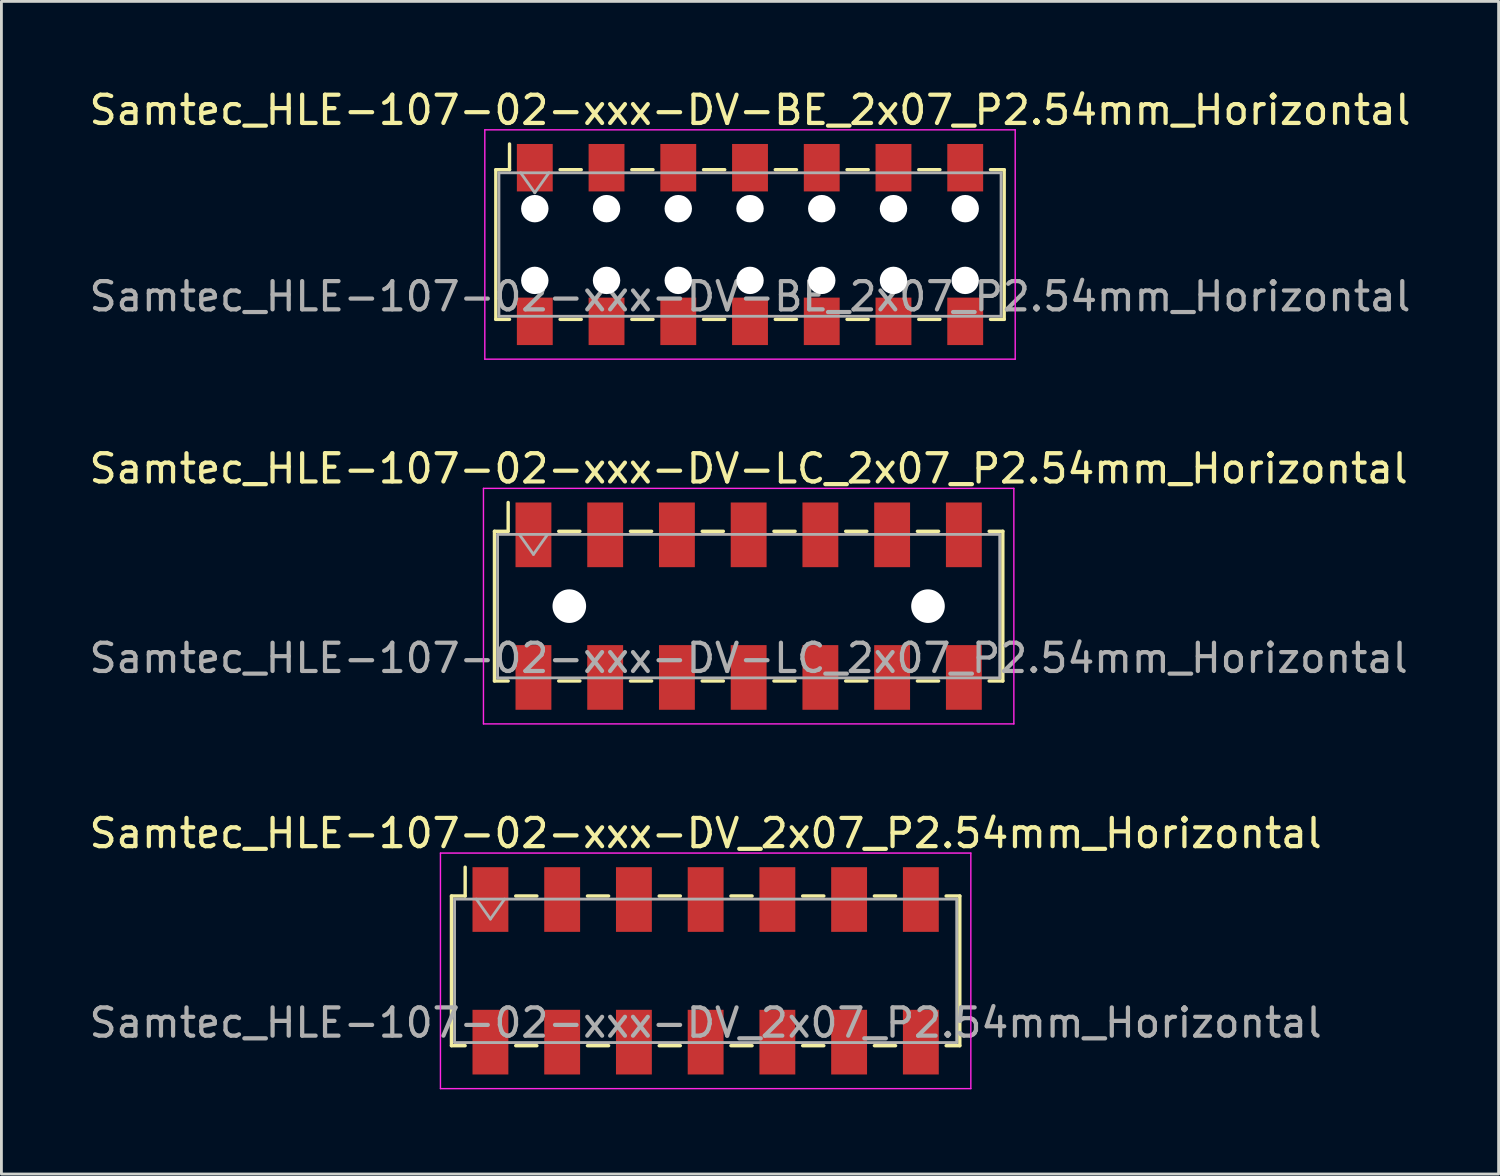
<source format=kicad_pcb>
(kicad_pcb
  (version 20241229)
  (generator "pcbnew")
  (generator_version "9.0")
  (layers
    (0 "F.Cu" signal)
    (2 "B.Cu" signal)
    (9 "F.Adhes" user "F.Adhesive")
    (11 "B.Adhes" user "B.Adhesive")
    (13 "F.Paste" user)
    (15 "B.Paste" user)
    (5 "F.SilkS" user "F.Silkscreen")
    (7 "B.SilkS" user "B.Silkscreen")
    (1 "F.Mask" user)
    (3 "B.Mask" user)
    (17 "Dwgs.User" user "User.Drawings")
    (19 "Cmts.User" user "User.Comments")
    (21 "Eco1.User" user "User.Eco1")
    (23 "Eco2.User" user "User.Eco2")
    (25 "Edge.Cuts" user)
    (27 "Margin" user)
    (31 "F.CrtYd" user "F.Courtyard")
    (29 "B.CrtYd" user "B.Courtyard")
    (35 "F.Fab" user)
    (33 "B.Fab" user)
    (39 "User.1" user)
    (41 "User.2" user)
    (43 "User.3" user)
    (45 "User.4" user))
  (footprint "Samtec_HLE-107-02-xxx-DV-LC_2x07_P2.54mm_Horizontal"
    (layer "F.Cu")
    (at 23.458 18.412)
    (property "Reference" "Samtec_HLE-107-02-xxx-DV-LC_2x07_P2.54mm_Horizontal" (at 0 -4.87 0) (layer "F.SilkS") (effects (font (size 1 1) (thickness 0.15))))
    (attr smd)
    (fp_line (start -9 -2.65) (end -9 2.65) (stroke (width 0.12) (type solid)) (layer "F.SilkS"))
    (fp_line (start -9 2.65) (end -8.515 2.65) (stroke (width 0.12) (type solid)) (layer "F.SilkS"))
    (fp_line (start -8.515 -3.67) (end -8.515 -2.65) (stroke (width 0.12) (type solid)) (layer "F.SilkS"))
    (fp_line (start -8.515 -2.65) (end -9 -2.65) (stroke (width 0.12) (type solid)) (layer "F.SilkS"))
    (fp_line (start -6.725 -2.65) (end -5.975 -2.65) (stroke (width 0.12) (type solid)) (layer "F.SilkS"))
    (fp_line (start -6.725 2.65) (end -5.975 2.65) (stroke (width 0.12) (type solid)) (layer "F.SilkS"))
    (fp_line (start -4.185 -2.65) (end -3.435 -2.65) (stroke (width 0.12) (type solid)) (layer "F.SilkS"))
    (fp_line (start -4.185 2.65) (end -3.435 2.65) (stroke (width 0.12) (type solid)) (layer "F.SilkS"))
    (fp_line (start -1.645 -2.65) (end -0.895 -2.65) (stroke (width 0.12) (type solid)) (layer "F.SilkS"))
    (fp_line (start -1.645 2.65) (end -0.895 2.65) (stroke (width 0.12) (type solid)) (layer "F.SilkS"))
    (fp_line (start 0.895 -2.65) (end 1.645 -2.65) (stroke (width 0.12) (type solid)) (layer "F.SilkS"))
    (fp_line (start 0.895 2.65) (end 1.645 2.65) (stroke (width 0.12) (type solid)) (layer "F.SilkS"))
    (fp_line (start 3.435 -2.65) (end 4.185 -2.65) (stroke (width 0.12) (type solid)) (layer "F.SilkS"))
    (fp_line (start 3.435 2.65) (end 4.185 2.65) (stroke (width 0.12) (type solid)) (layer "F.SilkS"))
    (fp_line (start 5.975 -2.65) (end 6.725 -2.65) (stroke (width 0.12) (type solid)) (layer "F.SilkS"))
    (fp_line (start 5.975 2.65) (end 6.725 2.65) (stroke (width 0.12) (type solid)) (layer "F.SilkS"))
    (fp_line (start 8.515 -2.65) (end 9 -2.65) (stroke (width 0.12) (type solid)) (layer "F.SilkS"))
    (fp_line (start 9 -2.65) (end 9 2.65) (stroke (width 0.12) (type solid)) (layer "F.SilkS"))
    (fp_line (start 9 2.65) (end 8.515 2.65) (stroke (width 0.12) (type solid)) (layer "F.SilkS"))
    (fp_line (start -9.39 -4.17) (end 9.39 -4.17) (stroke (width 0.05) (type solid)) (layer "F.CrtYd"))
    (fp_line (start -9.39 4.17) (end -9.39 -4.17) (stroke (width 0.05) (type solid)) (layer "F.CrtYd"))
    (fp_line (start 9.39 -4.17) (end 9.39 4.17) (stroke (width 0.05) (type solid)) (layer "F.CrtYd"))
    (fp_line (start 9.39 4.17) (end -9.39 4.17) (stroke (width 0.05) (type solid)) (layer "F.CrtYd"))
    (fp_line (start -8.89 -2.54) (end 8.89 -2.54) (stroke (width 0.1) (type solid)) (layer "F.Fab"))
    (fp_line (start -8.89 2.54) (end -8.89 -2.54) (stroke (width 0.1) (type solid)) (layer "F.Fab"))
    (fp_line (start -8.12 -2.54) (end -7.62 -1.833) (stroke (width 0.1) (type solid)) (layer "F.Fab"))
    (fp_line (start -7.62 -1.833) (end -7.12 -2.54) (stroke (width 0.1) (type solid)) (layer "F.Fab"))
    (fp_line (start 8.89 -2.54) (end 8.89 2.54) (stroke (width 0.1) (type solid)) (layer "F.Fab"))
    (fp_line (start 8.89 2.54) (end -8.89 2.54) (stroke (width 0.1) (type solid)) (layer "F.Fab"))
    (fp_text user "${REFERENCE}" (at 0 1.84 0) (layer "F.Fab") (effects (font (size 1 1) (thickness 0.15))))
    (pad "" np_thru_hole circle (at -6.35 0) (size 1.19 1.19) (drill 1.19) (layers "*.Cu" "*.Mask"))
    (pad "" np_thru_hole circle (at 6.35 0) (size 1.19 1.19) (drill 1.19) (layers "*.Cu" "*.Mask"))
    (pad "1" smd rect (at -7.62 -2.525) (size 1.27 2.29) (layers "F.Cu" "F.Mask" "F.Paste"))
    (pad "2" smd rect (at -7.62 2.525) (size 1.27 2.29) (layers "F.Cu" "F.Mask" "F.Paste"))
    (pad "3" smd rect (at -5.08 -2.525) (size 1.27 2.29) (layers "F.Cu" "F.Mask" "F.Paste"))
    (pad "4" smd rect (at -5.08 2.525) (size 1.27 2.29) (layers "F.Cu" "F.Mask" "F.Paste"))
    (pad "5" smd rect (at -2.54 -2.525) (size 1.27 2.29) (layers "F.Cu" "F.Mask" "F.Paste"))
    (pad "6" smd rect (at -2.54 2.525) (size 1.27 2.29) (layers "F.Cu" "F.Mask" "F.Paste"))
    (pad "7" smd rect (at 0 -2.525) (size 1.27 2.29) (layers "F.Cu" "F.Mask" "F.Paste"))
    (pad "8" smd rect (at 0 2.525) (size 1.27 2.29) (layers "F.Cu" "F.Mask" "F.Paste"))
    (pad "9" smd rect (at 2.54 -2.525) (size 1.27 2.29) (layers "F.Cu" "F.Mask" "F.Paste"))
    (pad "10" smd rect (at 2.54 2.525) (size 1.27 2.29) (layers "F.Cu" "F.Mask" "F.Paste"))
    (pad "11" smd rect (at 5.08 -2.525) (size 1.27 2.29) (layers "F.Cu" "F.Mask" "F.Paste"))
    (pad "12" smd rect (at 5.08 2.525) (size 1.27 2.29) (layers "F.Cu" "F.Mask" "F.Paste"))
    (pad "13" smd rect (at 7.62 -2.525) (size 1.27 2.29) (layers "F.Cu" "F.Mask" "F.Paste"))
    (pad "14" smd rect (at 7.62 2.525) (size 1.27 2.29) (layers "F.Cu" "F.Mask" "F.Paste")))
  (footprint "Samtec_HLE-107-02-xxx-DV-BE_2x07_P2.54mm_Horizontal"
    (layer "F.Cu")
    (at 23.506 5.608)
    (property "Reference" "Samtec_HLE-107-02-xxx-DV-BE_2x07_P2.54mm_Horizontal" (at 0 -4.76 0) (layer "F.SilkS") (effects (font (size 1 1) (thickness 0.15))))
    (attr smd)
    (fp_line (start -9 -2.65) (end -9 2.65) (stroke (width 0.12) (type solid)) (layer "F.SilkS"))
    (fp_line (start -9 2.65) (end -8.515 2.65) (stroke (width 0.12) (type solid)) (layer "F.SilkS"))
    (fp_line (start -8.515 -3.56) (end -8.515 -2.65) (stroke (width 0.12) (type solid)) (layer "F.SilkS"))
    (fp_line (start -8.515 -2.65) (end -9 -2.65) (stroke (width 0.12) (type solid)) (layer "F.SilkS"))
    (fp_line (start -6.725 -2.65) (end -5.975 -2.65) (stroke (width 0.12) (type solid)) (layer "F.SilkS"))
    (fp_line (start -6.725 2.65) (end -5.975 2.65) (stroke (width 0.12) (type solid)) (layer "F.SilkS"))
    (fp_line (start -4.185 -2.65) (end -3.435 -2.65) (stroke (width 0.12) (type solid)) (layer "F.SilkS"))
    (fp_line (start -4.185 2.65) (end -3.435 2.65) (stroke (width 0.12) (type solid)) (layer "F.SilkS"))
    (fp_line (start -1.645 -2.65) (end -0.895 -2.65) (stroke (width 0.12) (type solid)) (layer "F.SilkS"))
    (fp_line (start -1.645 2.65) (end -0.895 2.65) (stroke (width 0.12) (type solid)) (layer "F.SilkS"))
    (fp_line (start 0.895 -2.65) (end 1.645 -2.65) (stroke (width 0.12) (type solid)) (layer "F.SilkS"))
    (fp_line (start 0.895 2.65) (end 1.645 2.65) (stroke (width 0.12) (type solid)) (layer "F.SilkS"))
    (fp_line (start 3.435 -2.65) (end 4.185 -2.65) (stroke (width 0.12) (type solid)) (layer "F.SilkS"))
    (fp_line (start 3.435 2.65) (end 4.185 2.65) (stroke (width 0.12) (type solid)) (layer "F.SilkS"))
    (fp_line (start 5.975 -2.65) (end 6.725 -2.65) (stroke (width 0.12) (type solid)) (layer "F.SilkS"))
    (fp_line (start 5.975 2.65) (end 6.725 2.65) (stroke (width 0.12) (type solid)) (layer "F.SilkS"))
    (fp_line (start 8.515 -2.65) (end 9 -2.65) (stroke (width 0.12) (type solid)) (layer "F.SilkS"))
    (fp_line (start 9 -2.65) (end 9 2.65) (stroke (width 0.12) (type solid)) (layer "F.SilkS"))
    (fp_line (start 9 2.65) (end 8.515 2.65) (stroke (width 0.12) (type solid)) (layer "F.SilkS"))
    (fp_line (start -9.39 -4.06) (end 9.39 -4.06) (stroke (width 0.05) (type solid)) (layer "F.CrtYd"))
    (fp_line (start -9.39 4.06) (end -9.39 -4.06) (stroke (width 0.05) (type solid)) (layer "F.CrtYd"))
    (fp_line (start 9.39 -4.06) (end 9.39 4.06) (stroke (width 0.05) (type solid)) (layer "F.CrtYd"))
    (fp_line (start 9.39 4.06) (end -9.39 4.06) (stroke (width 0.05) (type solid)) (layer "F.CrtYd"))
    (fp_line (start -8.89 -2.54) (end 8.89 -2.54) (stroke (width 0.1) (type solid)) (layer "F.Fab"))
    (fp_line (start -8.89 2.54) (end -8.89 -2.54) (stroke (width 0.1) (type solid)) (layer "F.Fab"))
    (fp_line (start -8.12 -2.54) (end -7.62 -1.833) (stroke (width 0.1) (type solid)) (layer "F.Fab"))
    (fp_line (start -7.62 -1.833) (end -7.12 -2.54) (stroke (width 0.1) (type solid)) (layer "F.Fab"))
    (fp_line (start 8.89 -2.54) (end 8.89 2.54) (stroke (width 0.1) (type solid)) (layer "F.Fab"))
    (fp_line (start 8.89 2.54) (end -8.89 2.54) (stroke (width 0.1) (type solid)) (layer "F.Fab"))
    (fp_text user "${REFERENCE}" (at 0 1.84 0) (layer "F.Fab") (effects (font (size 1 1) (thickness 0.15))))
    (pad "" np_thru_hole circle (at -7.62 -1.27) (size 0.97 0.97) (drill 0.97) (layers "*.Cu" "*.Mask"))
    (pad "" np_thru_hole circle (at -7.62 1.27) (size 0.97 0.97) (drill 0.97) (layers "*.Cu" "*.Mask"))
    (pad "" np_thru_hole circle (at -5.08 -1.27) (size 0.97 0.97) (drill 0.97) (layers "*.Cu" "*.Mask"))
    (pad "" np_thru_hole circle (at -5.08 1.27) (size 0.97 0.97) (drill 0.97) (layers "*.Cu" "*.Mask"))
    (pad "" np_thru_hole circle (at -2.54 -1.27) (size 0.97 0.97) (drill 0.97) (layers "*.Cu" "*.Mask"))
    (pad "" np_thru_hole circle (at -2.54 1.27) (size 0.97 0.97) (drill 0.97) (layers "*.Cu" "*.Mask"))
    (pad "" np_thru_hole circle (at 0 -1.27) (size 0.97 0.97) (drill 0.97) (layers "*.Cu" "*.Mask"))
    (pad "" np_thru_hole circle (at 0 1.27) (size 0.97 0.97) (drill 0.97) (layers "*.Cu" "*.Mask"))
    (pad "" np_thru_hole circle (at 2.54 -1.27) (size 0.97 0.97) (drill 0.97) (layers "*.Cu" "*.Mask"))
    (pad "" np_thru_hole circle (at 2.54 1.27) (size 0.97 0.97) (drill 0.97) (layers "*.Cu" "*.Mask"))
    (pad "" np_thru_hole circle (at 5.08 -1.27) (size 0.97 0.97) (drill 0.97) (layers "*.Cu" "*.Mask"))
    (pad "" np_thru_hole circle (at 5.08 1.27) (size 0.97 0.97) (drill 0.97) (layers "*.Cu" "*.Mask"))
    (pad "" np_thru_hole circle (at 7.62 -1.27) (size 0.97 0.97) (drill 0.97) (layers "*.Cu" "*.Mask"))
    (pad "" np_thru_hole circle (at 7.62 1.27) (size 0.97 0.97) (drill 0.97) (layers "*.Cu" "*.Mask"))
    (pad "1" smd rect (at -7.62 -2.72) (size 1.27 1.68) (layers "F.Cu" "F.Mask" "F.Paste"))
    (pad "2" smd rect (at -7.62 2.72) (size 1.27 1.68) (layers "F.Cu" "F.Mask" "F.Paste"))
    (pad "3" smd rect (at -5.08 -2.72) (size 1.27 1.68) (layers "F.Cu" "F.Mask" "F.Paste"))
    (pad "4" smd rect (at -5.08 2.72) (size 1.27 1.68) (layers "F.Cu" "F.Mask" "F.Paste"))
    (pad "5" smd rect (at -2.54 -2.72) (size 1.27 1.68) (layers "F.Cu" "F.Mask" "F.Paste"))
    (pad "6" smd rect (at -2.54 2.72) (size 1.27 1.68) (layers "F.Cu" "F.Mask" "F.Paste"))
    (pad "7" smd rect (at 0 -2.72) (size 1.27 1.68) (layers "F.Cu" "F.Mask" "F.Paste"))
    (pad "8" smd rect (at 0 2.72) (size 1.27 1.68) (layers "F.Cu" "F.Mask" "F.Paste"))
    (pad "9" smd rect (at 2.54 -2.72) (size 1.27 1.68) (layers "F.Cu" "F.Mask" "F.Paste"))
    (pad "10" smd rect (at 2.54 2.72) (size 1.27 1.68) (layers "F.Cu" "F.Mask" "F.Paste"))
    (pad "11" smd rect (at 5.08 -2.72) (size 1.27 1.68) (layers "F.Cu" "F.Mask" "F.Paste"))
    (pad "12" smd rect (at 5.08 2.72) (size 1.27 1.68) (layers "F.Cu" "F.Mask" "F.Paste"))
    (pad "13" smd rect (at 7.62 -2.72) (size 1.27 1.68) (layers "F.Cu" "F.Mask" "F.Paste"))
    (pad "14" smd rect (at 7.62 2.72) (size 1.27 1.68) (layers "F.Cu" "F.Mask" "F.Paste")))
  (footprint "Samtec_HLE-107-02-xxx-DV_2x07_P2.54mm_Horizontal"
    (layer "F.Cu")
    (at 21.935 31.325)
    (property "Reference" "Samtec_HLE-107-02-xxx-DV_2x07_P2.54mm_Horizontal" (at 0 -4.87 0) (layer "F.SilkS") (effects (font (size 1 1) (thickness 0.15))))
    (attr smd)
    (fp_line (start -9 -2.65) (end -9 2.65) (stroke (width 0.12) (type solid)) (layer "F.SilkS"))
    (fp_line (start -9 2.65) (end -8.515 2.65) (stroke (width 0.12) (type solid)) (layer "F.SilkS"))
    (fp_line (start -8.515 -3.67) (end -8.515 -2.65) (stroke (width 0.12) (type solid)) (layer "F.SilkS"))
    (fp_line (start -8.515 -2.65) (end -9 -2.65) (stroke (width 0.12) (type solid)) (layer "F.SilkS"))
    (fp_line (start -6.725 -2.65) (end -5.975 -2.65) (stroke (width 0.12) (type solid)) (layer "F.SilkS"))
    (fp_line (start -6.725 2.65) (end -5.975 2.65) (stroke (width 0.12) (type solid)) (layer "F.SilkS"))
    (fp_line (start -4.185 -2.65) (end -3.435 -2.65) (stroke (width 0.12) (type solid)) (layer "F.SilkS"))
    (fp_line (start -4.185 2.65) (end -3.435 2.65) (stroke (width 0.12) (type solid)) (layer "F.SilkS"))
    (fp_line (start -1.645 -2.65) (end -0.895 -2.65) (stroke (width 0.12) (type solid)) (layer "F.SilkS"))
    (fp_line (start -1.645 2.65) (end -0.895 2.65) (stroke (width 0.12) (type solid)) (layer "F.SilkS"))
    (fp_line (start 0.895 -2.65) (end 1.645 -2.65) (stroke (width 0.12) (type solid)) (layer "F.SilkS"))
    (fp_line (start 0.895 2.65) (end 1.645 2.65) (stroke (width 0.12) (type solid)) (layer "F.SilkS"))
    (fp_line (start 3.435 -2.65) (end 4.185 -2.65) (stroke (width 0.12) (type solid)) (layer "F.SilkS"))
    (fp_line (start 3.435 2.65) (end 4.185 2.65) (stroke (width 0.12) (type solid)) (layer "F.SilkS"))
    (fp_line (start 5.975 -2.65) (end 6.725 -2.65) (stroke (width 0.12) (type solid)) (layer "F.SilkS"))
    (fp_line (start 5.975 2.65) (end 6.725 2.65) (stroke (width 0.12) (type solid)) (layer "F.SilkS"))
    (fp_line (start 8.515 -2.65) (end 9 -2.65) (stroke (width 0.12) (type solid)) (layer "F.SilkS"))
    (fp_line (start 9 -2.65) (end 9 2.65) (stroke (width 0.12) (type solid)) (layer "F.SilkS"))
    (fp_line (start 9 2.65) (end 8.515 2.65) (stroke (width 0.12) (type solid)) (layer "F.SilkS"))
    (fp_line (start -9.39 -4.17) (end 9.39 -4.17) (stroke (width 0.05) (type solid)) (layer "F.CrtYd"))
    (fp_line (start -9.39 4.17) (end -9.39 -4.17) (stroke (width 0.05) (type solid)) (layer "F.CrtYd"))
    (fp_line (start 9.39 -4.17) (end 9.39 4.17) (stroke (width 0.05) (type solid)) (layer "F.CrtYd"))
    (fp_line (start 9.39 4.17) (end -9.39 4.17) (stroke (width 0.05) (type solid)) (layer "F.CrtYd"))
    (fp_line (start -8.89 -2.54) (end 8.89 -2.54) (stroke (width 0.1) (type solid)) (layer "F.Fab"))
    (fp_line (start -8.89 2.54) (end -8.89 -2.54) (stroke (width 0.1) (type solid)) (layer "F.Fab"))
    (fp_line (start -8.12 -2.54) (end -7.62 -1.833) (stroke (width 0.1) (type solid)) (layer "F.Fab"))
    (fp_line (start -7.62 -1.833) (end -7.12 -2.54) (stroke (width 0.1) (type solid)) (layer "F.Fab"))
    (fp_line (start 8.89 -2.54) (end 8.89 2.54) (stroke (width 0.1) (type solid)) (layer "F.Fab"))
    (fp_line (start 8.89 2.54) (end -8.89 2.54) (stroke (width 0.1) (type solid)) (layer "F.Fab"))
    (fp_text user "${REFERENCE}" (at 0 1.84 0) (layer "F.Fab") (effects (font (size 1 1) (thickness 0.15))))
    (pad "1" smd rect (at -7.62 -2.525) (size 1.27 2.29) (layers "F.Cu" "F.Mask" "F.Paste"))
    (pad "2" smd rect (at -7.62 2.525) (size 1.27 2.29) (layers "F.Cu" "F.Mask" "F.Paste"))
    (pad "3" smd rect (at -5.08 -2.525) (size 1.27 2.29) (layers "F.Cu" "F.Mask" "F.Paste"))
    (pad "4" smd rect (at -5.08 2.525) (size 1.27 2.29) (layers "F.Cu" "F.Mask" "F.Paste"))
    (pad "5" smd rect (at -2.54 -2.525) (size 1.27 2.29) (layers "F.Cu" "F.Mask" "F.Paste"))
    (pad "6" smd rect (at -2.54 2.525) (size 1.27 2.29) (layers "F.Cu" "F.Mask" "F.Paste"))
    (pad "7" smd rect (at 0 -2.525) (size 1.27 2.29) (layers "F.Cu" "F.Mask" "F.Paste"))
    (pad "8" smd rect (at 0 2.525) (size 1.27 2.29) (layers "F.Cu" "F.Mask" "F.Paste"))
    (pad "9" smd rect (at 2.54 -2.525) (size 1.27 2.29) (layers "F.Cu" "F.Mask" "F.Paste"))
    (pad "10" smd rect (at 2.54 2.525) (size 1.27 2.29) (layers "F.Cu" "F.Mask" "F.Paste"))
    (pad "11" smd rect (at 5.08 -2.525) (size 1.27 2.29) (layers "F.Cu" "F.Mask" "F.Paste"))
    (pad "12" smd rect (at 5.08 2.525) (size 1.27 2.29) (layers "F.Cu" "F.Mask" "F.Paste"))
    (pad "13" smd rect (at 7.62 -2.525) (size 1.27 2.29) (layers "F.Cu" "F.Mask" "F.Paste"))
    (pad "14" smd rect (at 7.62 2.525) (size 1.27 2.29) (layers "F.Cu" "F.Mask" "F.Paste")))
  (gr_rect
    (start -3 -3)
    (end 50.012 38.52)
    (stroke (width 0.1) (type default))
    (fill no)
    (layer "Edge.Cuts")))
</source>
